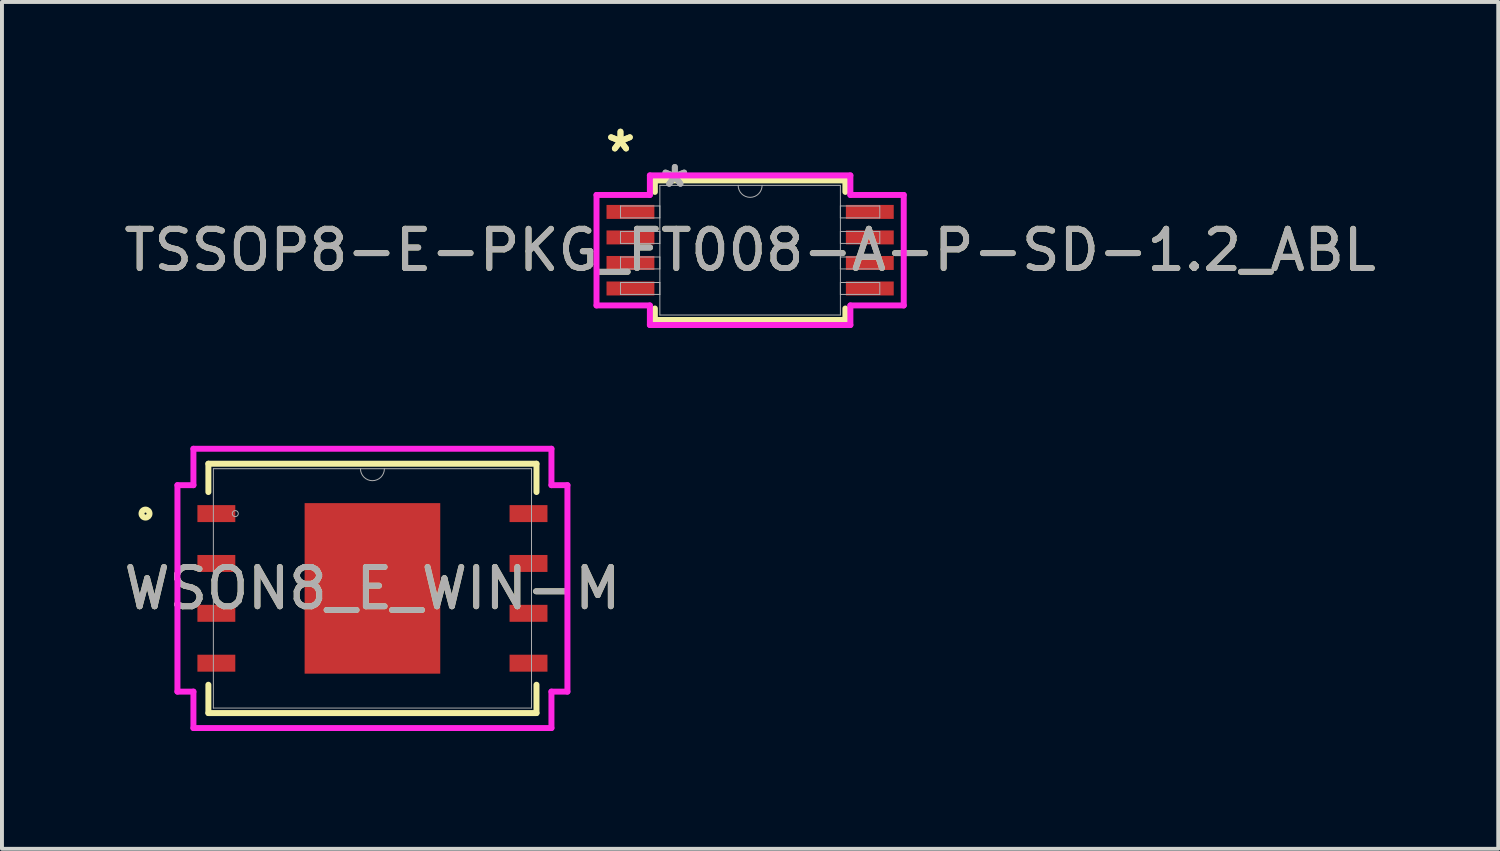
<source format=kicad_pcb>
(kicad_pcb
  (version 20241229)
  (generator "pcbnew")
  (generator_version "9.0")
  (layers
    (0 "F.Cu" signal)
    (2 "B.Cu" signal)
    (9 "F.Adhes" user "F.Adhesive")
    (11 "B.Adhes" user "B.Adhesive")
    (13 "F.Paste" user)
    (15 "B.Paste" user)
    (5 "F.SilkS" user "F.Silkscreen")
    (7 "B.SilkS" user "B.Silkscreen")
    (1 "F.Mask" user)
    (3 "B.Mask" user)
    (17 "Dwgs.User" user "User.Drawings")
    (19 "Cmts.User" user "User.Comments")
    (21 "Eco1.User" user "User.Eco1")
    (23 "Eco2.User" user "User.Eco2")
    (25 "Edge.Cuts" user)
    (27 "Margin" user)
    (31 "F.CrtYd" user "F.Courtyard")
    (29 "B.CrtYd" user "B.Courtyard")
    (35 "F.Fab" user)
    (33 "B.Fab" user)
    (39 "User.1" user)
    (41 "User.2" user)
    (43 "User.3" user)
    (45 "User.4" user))
  (footprint "WSON8_E_WIN-M"
    (layer "F.Cu")
    (at 6.435 11.935)
    (property "Reference" "WSON8_E_WIN-M" (at 0 0 0) (unlocked yes) (layer "F.SilkS") (effects (font (size 1 1) (thickness 0.15))))
    (attr smd)
    (fp_line (start -4.178 -3.175) (end -4.178 -2.454) (stroke (width 0.152) (type solid)) (layer "F.SilkS"))
    (fp_line (start -4.178 2.454) (end -4.178 3.175) (stroke (width 0.152) (type solid)) (layer "F.SilkS"))
    (fp_line (start -4.178 3.175) (end 4.178 3.175) (stroke (width 0.152) (type solid)) (layer "F.SilkS"))
    (fp_line (start 4.178 -3.175) (end -4.178 -3.175) (stroke (width 0.152) (type solid)) (layer "F.SilkS"))
    (fp_line (start 4.178 -2.454) (end 4.178 -3.175) (stroke (width 0.152) (type solid)) (layer "F.SilkS"))
    (fp_line (start 4.178 3.175) (end 4.178 2.454) (stroke (width 0.152) (type solid)) (layer "F.SilkS"))
    (fp_circle (center -5.779 -1.905) (end -5.677 -1.905) (stroke (width 0.152) (type solid)) (fill no) (layer "F.SilkS"))
    (fp_poly (pts (xy -1.627 -2.072) (xy -1.627 -0.824) (xy -0.1 -0.824) (xy -0.1 -2.072)) (stroke (width 0) (type solid)) (fill yes) (layer "F.Paste"))
    (fp_poly (pts (xy -1.627 -0.624) (xy -1.627 0.624) (xy -0.1 0.624) (xy -0.1 -0.624)) (stroke (width 0) (type solid)) (fill yes) (layer "F.Paste"))
    (fp_poly (pts (xy -1.627 0.824) (xy -1.627 2.072) (xy -0.1 2.072) (xy -0.1 0.824)) (stroke (width 0) (type solid)) (fill yes) (layer "F.Paste"))
    (fp_poly (pts (xy 0.1 -2.072) (xy 0.1 -0.824) (xy 1.627 -0.824) (xy 1.627 -2.072)) (stroke (width 0) (type solid)) (fill yes) (layer "F.Paste"))
    (fp_poly (pts (xy 0.1 -0.624) (xy 0.1 0.624) (xy 1.627 0.624) (xy 1.627 -0.624)) (stroke (width 0) (type solid)) (fill yes) (layer "F.Paste"))
    (fp_poly (pts (xy 0.1 0.824) (xy 0.1 2.072) (xy 1.627 2.072) (xy 1.627 0.824)) (stroke (width 0) (type solid)) (fill yes) (layer "F.Paste"))
    (fp_line (start -4.966 -2.629) (end -4.559 -2.629) (stroke (width 0.152) (type solid)) (layer "F.CrtYd"))
    (fp_line (start -4.966 2.629) (end -4.966 -2.629) (stroke (width 0.152) (type solid)) (layer "F.CrtYd"))
    (fp_line (start -4.966 2.629) (end -4.559 2.629) (stroke (width 0.152) (type solid)) (layer "F.CrtYd"))
    (fp_line (start -4.559 -3.556) (end 4.559 -3.556) (stroke (width 0.152) (type solid)) (layer "F.CrtYd"))
    (fp_line (start -4.559 -2.629) (end -4.559 -3.556) (stroke (width 0.152) (type solid)) (layer "F.CrtYd"))
    (fp_line (start -4.559 3.556) (end -4.559 2.629) (stroke (width 0.152) (type solid)) (layer "F.CrtYd"))
    (fp_line (start 4.559 -3.556) (end 4.559 -2.629) (stroke (width 0.152) (type solid)) (layer "F.CrtYd"))
    (fp_line (start 4.559 2.629) (end 4.559 3.556) (stroke (width 0.152) (type solid)) (layer "F.CrtYd"))
    (fp_line (start 4.559 3.556) (end -4.559 3.556) (stroke (width 0.152) (type solid)) (layer "F.CrtYd"))
    (fp_line (start 4.966 -2.629) (end 4.559 -2.629) (stroke (width 0.152) (type solid)) (layer "F.CrtYd"))
    (fp_line (start 4.966 -2.629) (end 4.966 2.629) (stroke (width 0.152) (type solid)) (layer "F.CrtYd"))
    (fp_line (start 4.966 2.629) (end 4.559 2.629) (stroke (width 0.152) (type solid)) (layer "F.CrtYd"))
    (fp_line (start -4.051 -3.048) (end -4.051 3.048) (stroke (width 0.025) (type solid)) (layer "F.Fab"))
    (fp_line (start -4.051 3.048) (end 4.051 3.048) (stroke (width 0.025) (type solid)) (layer "F.Fab"))
    (fp_line (start 4.051 -3.048) (end -4.051 -3.048) (stroke (width 0.025) (type solid)) (layer "F.Fab"))
    (fp_line (start 4.051 3.048) (end 4.051 -3.048) (stroke (width 0.025) (type solid)) (layer "F.Fab"))
    (fp_arc (start 0.3048 -3.048) (mid 0 -2.7432) (end -0.3048 -3.048) (stroke (width 0.0254) (type solid)) (layer "F.Fab"))
    (fp_circle (center -3.493 -1.905) (end -3.416 -1.905) (stroke (width 0.025) (type solid)) (fill no) (layer "F.Fab"))
    (fp_text user "${REFERENCE}" (at 0 0 0) (unlocked yes) (layer "F.Fab") (effects (font (size 1 1) (thickness 0.15))))
    (pad "1" smd rect (at -3.975 -1.905) (size 0.965 0.432) (layers "F.Cu" "F.Mask" "F.Paste"))
    (pad "2" smd rect (at -3.975 -0.635) (size 0.965 0.432) (layers "F.Cu" "F.Mask" "F.Paste"))
    (pad "3" smd rect (at -3.975 0.635) (size 0.965 0.432) (layers "F.Cu" "F.Mask" "F.Paste"))
    (pad "4" smd rect (at -3.975 1.905) (size 0.965 0.432) (layers "F.Cu" "F.Mask" "F.Paste"))
    (pad "5" smd rect (at 3.975 1.905) (size 0.965 0.432) (layers "F.Cu" "F.Mask" "F.Paste"))
    (pad "6" smd rect (at 3.975 0.635) (size 0.965 0.432) (layers "F.Cu" "F.Mask" "F.Paste"))
    (pad "7" smd rect (at 3.975 -0.635) (size 0.965 0.432) (layers "F.Cu" "F.Mask" "F.Paste"))
    (pad "8" smd rect (at 3.975 -1.905) (size 0.965 0.432) (layers "F.Cu" "F.Mask" "F.Paste"))
    (pad "9" smd rect (at 0 0) (size 3.454 4.343) (layers "F.Cu" "F.Mask" "F.Paste")))
  (footprint "TSSOP8-E-PKG_FT008-A-P-SD-1.2_ABL"
    (layer "F.Cu")
    (at 16.054 3.322)
    (property "Reference" "TSSOP8-E-PKG_FT008-A-P-SD-1.2_ABL" (at 0 0 0) (unlocked yes) (layer "F.SilkS") (effects (font (size 1 1) (thickness 0.15))))
    (attr smd)
    (fp_line (start -2.426 -1.778) (end -2.426 -1.485) (stroke (width 0.152) (type solid)) (layer "F.SilkS"))
    (fp_line (start -2.426 1.485) (end -2.426 1.778) (stroke (width 0.152) (type solid)) (layer "F.SilkS"))
    (fp_line (start -2.426 1.778) (end 2.426 1.778) (stroke (width 0.152) (type solid)) (layer "F.SilkS"))
    (fp_line (start 2.426 -1.778) (end -2.426 -1.778) (stroke (width 0.152) (type solid)) (layer "F.SilkS"))
    (fp_line (start 2.426 -1.485) (end 2.426 -1.778) (stroke (width 0.152) (type solid)) (layer "F.SilkS"))
    (fp_line (start 2.426 1.778) (end 2.426 1.485) (stroke (width 0.152) (type solid)) (layer "F.SilkS"))
    (fp_line (start -3.912 -1.407) (end -2.553 -1.407) (stroke (width 0.152) (type solid)) (layer "F.CrtYd"))
    (fp_line (start -3.912 1.407) (end -3.912 -1.407) (stroke (width 0.152) (type solid)) (layer "F.CrtYd"))
    (fp_line (start -3.912 1.407) (end -2.553 1.407) (stroke (width 0.152) (type solid)) (layer "F.CrtYd"))
    (fp_line (start -2.553 -1.905) (end 2.553 -1.905) (stroke (width 0.152) (type solid)) (layer "F.CrtYd"))
    (fp_line (start -2.553 -1.407) (end -2.553 -1.905) (stroke (width 0.152) (type solid)) (layer "F.CrtYd"))
    (fp_line (start -2.553 1.905) (end -2.553 1.407) (stroke (width 0.152) (type solid)) (layer "F.CrtYd"))
    (fp_line (start 2.553 -1.905) (end 2.553 -1.407) (stroke (width 0.152) (type solid)) (layer "F.CrtYd"))
    (fp_line (start 2.553 1.407) (end 2.553 1.905) (stroke (width 0.152) (type solid)) (layer "F.CrtYd"))
    (fp_line (start 2.553 1.905) (end -2.553 1.905) (stroke (width 0.152) (type solid)) (layer "F.CrtYd"))
    (fp_line (start 3.912 -1.407) (end 2.553 -1.407) (stroke (width 0.152) (type solid)) (layer "F.CrtYd"))
    (fp_line (start 3.912 -1.407) (end 3.912 1.407) (stroke (width 0.152) (type solid)) (layer "F.CrtYd"))
    (fp_line (start 3.912 1.407) (end 2.553 1.407) (stroke (width 0.152) (type solid)) (layer "F.CrtYd"))
    (fp_line (start -3.302 -1.127) (end -3.302 -0.823) (stroke (width 0.025) (type solid)) (layer "F.Fab"))
    (fp_line (start -3.302 -0.823) (end -2.299 -0.823) (stroke (width 0.025) (type solid)) (layer "F.Fab"))
    (fp_line (start -3.302 -0.477) (end -3.302 -0.173) (stroke (width 0.025) (type solid)) (layer "F.Fab"))
    (fp_line (start -3.302 -0.173) (end -2.299 -0.173) (stroke (width 0.025) (type solid)) (layer "F.Fab"))
    (fp_line (start -3.302 0.173) (end -3.302 0.477) (stroke (width 0.025) (type solid)) (layer "F.Fab"))
    (fp_line (start -3.302 0.477) (end -2.299 0.477) (stroke (width 0.025) (type solid)) (layer "F.Fab"))
    (fp_line (start -3.302 0.823) (end -3.302 1.127) (stroke (width 0.025) (type solid)) (layer "F.Fab"))
    (fp_line (start -3.302 1.127) (end -2.299 1.127) (stroke (width 0.025) (type solid)) (layer "F.Fab"))
    (fp_line (start -2.299 -1.651) (end -2.299 1.651) (stroke (width 0.025) (type solid)) (layer "F.Fab"))
    (fp_line (start -2.299 -1.127) (end -3.302 -1.127) (stroke (width 0.025) (type solid)) (layer "F.Fab"))
    (fp_line (start -2.299 -0.823) (end -2.299 -1.127) (stroke (width 0.025) (type solid)) (layer "F.Fab"))
    (fp_line (start -2.299 -0.477) (end -3.302 -0.477) (stroke (width 0.025) (type solid)) (layer "F.Fab"))
    (fp_line (start -2.299 -0.173) (end -2.299 -0.477) (stroke (width 0.025) (type solid)) (layer "F.Fab"))
    (fp_line (start -2.299 0.173) (end -3.302 0.173) (stroke (width 0.025) (type solid)) (layer "F.Fab"))
    (fp_line (start -2.299 0.477) (end -2.299 0.173) (stroke (width 0.025) (type solid)) (layer "F.Fab"))
    (fp_line (start -2.299 0.823) (end -3.302 0.823) (stroke (width 0.025) (type solid)) (layer "F.Fab"))
    (fp_line (start -2.299 1.127) (end -2.299 0.823) (stroke (width 0.025) (type solid)) (layer "F.Fab"))
    (fp_line (start -2.299 1.651) (end 2.299 1.651) (stroke (width 0.025) (type solid)) (layer "F.Fab"))
    (fp_line (start 2.299 -1.651) (end -2.299 -1.651) (stroke (width 0.025) (type solid)) (layer "F.Fab"))
    (fp_line (start 2.299 -1.127) (end 2.299 -0.823) (stroke (width 0.025) (type solid)) (layer "F.Fab"))
    (fp_line (start 2.299 -0.823) (end 3.302 -0.823) (stroke (width 0.025) (type solid)) (layer "F.Fab"))
    (fp_line (start 2.299 -0.477) (end 2.299 -0.173) (stroke (width 0.025) (type solid)) (layer "F.Fab"))
    (fp_line (start 2.299 -0.173) (end 3.302 -0.173) (stroke (width 0.025) (type solid)) (layer "F.Fab"))
    (fp_line (start 2.299 0.173) (end 2.299 0.477) (stroke (width 0.025) (type solid)) (layer "F.Fab"))
    (fp_line (start 2.299 0.477) (end 3.302 0.477) (stroke (width 0.025) (type solid)) (layer "F.Fab"))
    (fp_line (start 2.299 0.823) (end 2.299 1.127) (stroke (width 0.025) (type solid)) (layer "F.Fab"))
    (fp_line (start 2.299 1.127) (end 3.302 1.127) (stroke (width 0.025) (type solid)) (layer "F.Fab"))
    (fp_line (start 2.299 1.651) (end 2.299 -1.651) (stroke (width 0.025) (type solid)) (layer "F.Fab"))
    (fp_line (start 3.302 -1.127) (end 2.299 -1.127) (stroke (width 0.025) (type solid)) (layer "F.Fab"))
    (fp_line (start 3.302 -0.823) (end 3.302 -1.127) (stroke (width 0.025) (type solid)) (layer "F.Fab"))
    (fp_line (start 3.302 -0.477) (end 2.299 -0.477) (stroke (width 0.025) (type solid)) (layer "F.Fab"))
    (fp_line (start 3.302 -0.173) (end 3.302 -0.477) (stroke (width 0.025) (type solid)) (layer "F.Fab"))
    (fp_line (start 3.302 0.173) (end 2.299 0.173) (stroke (width 0.025) (type solid)) (layer "F.Fab"))
    (fp_line (start 3.302 0.477) (end 3.302 0.173) (stroke (width 0.025) (type solid)) (layer "F.Fab"))
    (fp_line (start 3.302 0.823) (end 2.299 0.823) (stroke (width 0.025) (type solid)) (layer "F.Fab"))
    (fp_line (start 3.302 1.127) (end 3.302 0.823) (stroke (width 0.025) (type solid)) (layer "F.Fab"))
    (fp_arc (start 0.3048 -1.651) (mid 0 -1.3462) (end -0.3048 -1.651) (stroke (width 0.0254) (type solid)) (layer "F.Fab"))
    (fp_text user "*" (at -3.302 -2.474 0) (layer "F.SilkS") (effects (font (size 1 1) (thickness 0.15))))
    (fp_text user "*" (at -3.302 -2.474 0) (unlocked yes) (layer "F.SilkS") (effects (font (size 1 1) (thickness 0.15))))
    (fp_text user "${REFERENCE}" (at 0 0 0) (unlocked yes) (layer "F.Fab") (effects (font (size 1 1) (thickness 0.15))))
    (fp_text user "*" (at -1.918 -1.575 0) (unlocked yes) (layer "F.Fab") (effects (font (size 1 1) (thickness 0.15))))
    (fp_text user "*" (at -1.918 -1.575 0) (layer "F.Fab") (effects (font (size 1 1) (thickness 0.15))))
    (pad "1" smd rect (at -3.048 -0.975) (size 1.219 0.356) (layers "F.Cu" "F.Mask" "F.Paste"))
    (pad "2" smd rect (at -3.048 -0.325) (size 1.219 0.356) (layers "F.Cu" "F.Mask" "F.Paste"))
    (pad "3" smd rect (at -3.048 0.325) (size 1.219 0.356) (layers "F.Cu" "F.Mask" "F.Paste"))
    (pad "4" smd rect (at -3.048 0.975) (size 1.219 0.356) (layers "F.Cu" "F.Mask" "F.Paste"))
    (pad "5" smd rect (at 3.048 0.975) (size 1.219 0.356) (layers "F.Cu" "F.Mask" "F.Paste"))
    (pad "6" smd rect (at 3.048 0.325) (size 1.219 0.356) (layers "F.Cu" "F.Mask" "F.Paste"))
    (pad "7" smd rect (at 3.048 -0.325) (size 1.219 0.356) (layers "F.Cu" "F.Mask" "F.Paste"))
    (pad "8" smd rect (at 3.048 -0.975) (size 1.219 0.356) (layers "F.Cu" "F.Mask" "F.Paste")))
  (gr_rect
    (start -3 -3)
    (end 35.107 18.567)
    (stroke (width 0.1) (type default))
    (fill no)
    (layer "Edge.Cuts")))
</source>
